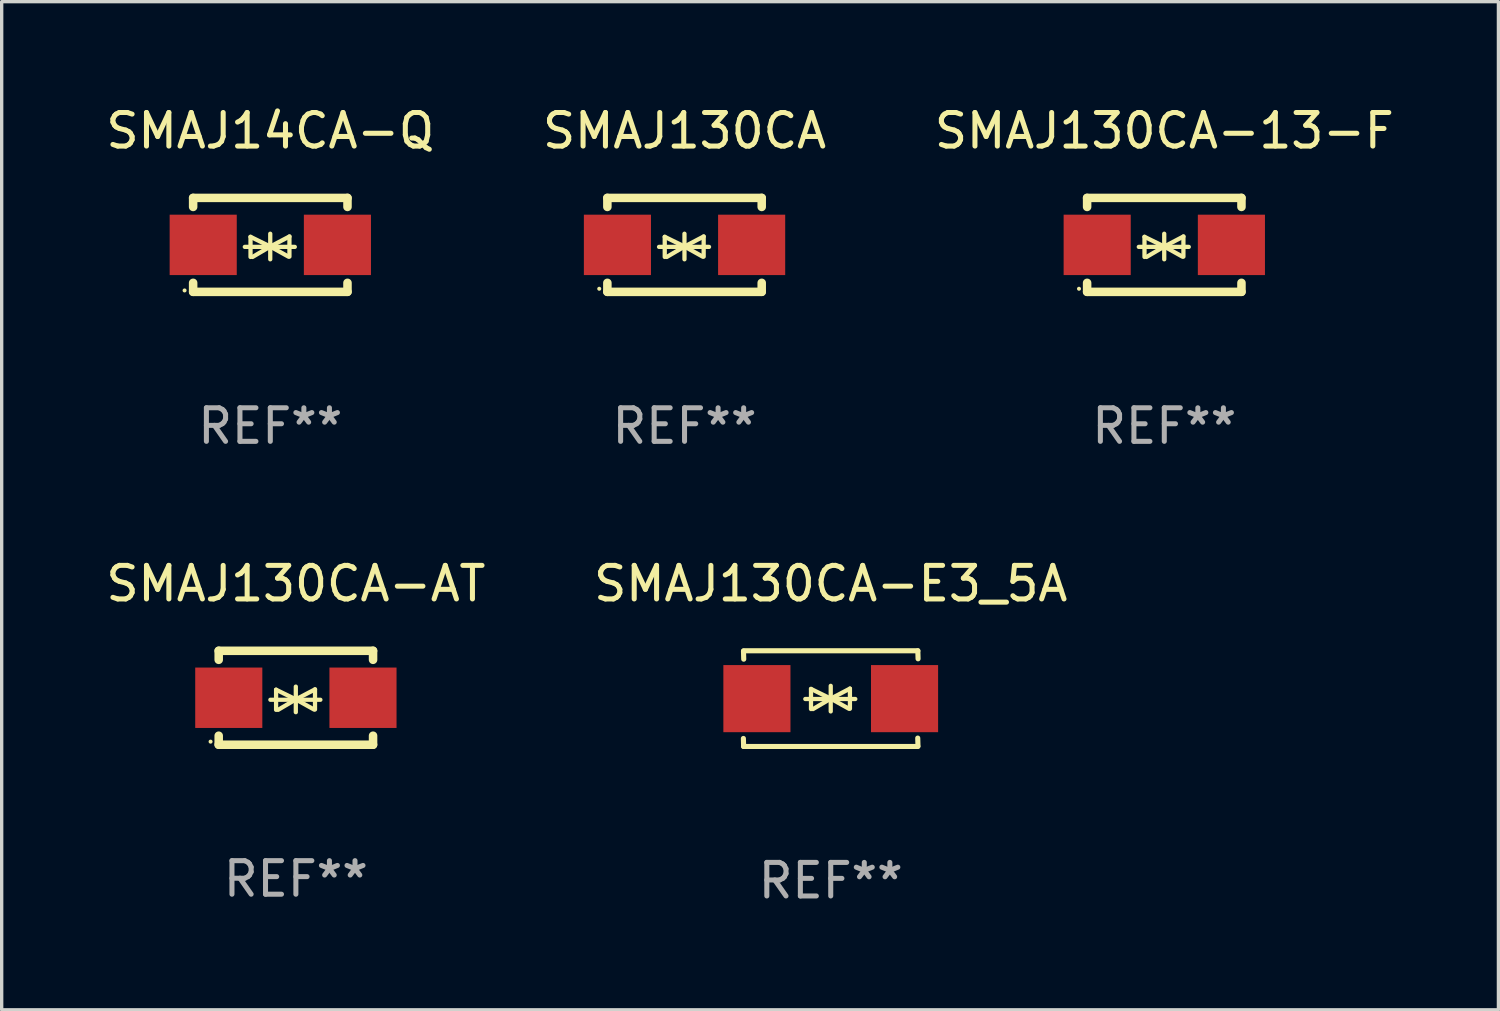
<source format=kicad_pcb>
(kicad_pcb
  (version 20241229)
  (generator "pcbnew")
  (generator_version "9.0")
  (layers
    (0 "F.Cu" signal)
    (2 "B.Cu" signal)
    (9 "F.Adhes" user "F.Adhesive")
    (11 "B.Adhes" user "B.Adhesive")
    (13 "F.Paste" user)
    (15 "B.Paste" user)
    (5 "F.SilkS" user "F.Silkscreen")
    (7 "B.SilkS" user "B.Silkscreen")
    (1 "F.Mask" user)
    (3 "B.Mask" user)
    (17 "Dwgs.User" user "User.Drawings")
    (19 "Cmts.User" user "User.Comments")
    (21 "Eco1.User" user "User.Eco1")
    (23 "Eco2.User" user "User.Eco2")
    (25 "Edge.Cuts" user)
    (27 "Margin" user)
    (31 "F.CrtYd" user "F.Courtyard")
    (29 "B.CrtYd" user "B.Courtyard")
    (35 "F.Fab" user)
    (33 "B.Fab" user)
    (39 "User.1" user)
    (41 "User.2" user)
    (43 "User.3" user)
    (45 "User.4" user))
  (footprint "SMAJ130CA-E3_5A"
    (layer "F.Cu")
    (at 21.708 17.771)
    (property "Reference" "SMAJ130CA-E3_5A" (at 0 -3.426 0) (layer "F.SilkS") (effects (font (size 1 1) (thickness 0.15))))
    (attr through_hole)
    (fp_line (start -2.596 -1.426) (end 2.596 -1.426) (stroke (width 0.152) (type solid)) (layer "F.SilkS"))
    (fp_line (start -2.596 1.426) (end -2.603 1.187) (stroke (width 0.152) (type solid)) (layer "F.SilkS"))
    (fp_line (start -2.596 1.426) (end 2.596 1.426) (stroke (width 0.152) (type solid)) (layer "F.SilkS"))
    (fp_line (start -2.593 -1.176) (end -2.6 -1.415) (stroke (width 0.152) (type solid)) (layer "F.SilkS"))
    (fp_line (start -0.758 0.011) (end 0.732 0.011) (stroke (width 0.127) (type solid)) (layer "F.SilkS"))
    (fp_line (start -0.588 -0.289) (end -0.588 0.311) (stroke (width 0.127) (type solid)) (layer "F.SilkS"))
    (fp_line (start -0.588 -0.289) (end 0 0) (stroke (width 0.127) (type solid)) (layer "F.SilkS"))
    (fp_line (start -0.528 0.311) (end 0 0) (stroke (width 0.127) (type solid)) (layer "F.SilkS"))
    (fp_line (start 0 0) (end 0 -0.381) (stroke (width 0.127) (type solid)) (layer "F.SilkS"))
    (fp_line (start 0 0) (end 0 0.381) (stroke (width 0.127) (type solid)) (layer "F.SilkS"))
    (fp_line (start 0.542 0.301) (end 0 0) (stroke (width 0.127) (type solid)) (layer "F.SilkS"))
    (fp_line (start 0.572 -0.299) (end 0 0) (stroke (width 0.127) (type solid)) (layer "F.SilkS"))
    (fp_line (start 0.572 -0.299) (end 0.572 0.301) (stroke (width 0.127) (type solid)) (layer "F.SilkS"))
    (fp_line (start 2.593 1.176) (end 2.6 1.415) (stroke (width 0.152) (type solid)) (layer "F.SilkS"))
    (fp_line (start 2.596 -1.426) (end 2.603 -1.187) (stroke (width 0.152) (type solid)) (layer "F.SilkS"))
    (fp_circle (center -2.605 1.3) (end -2.575 1.3) (stroke (width 0.06) (type solid)) (fill no) (layer "F.SilkS"))
    (fp_text user "REF**" (at 0 5.426 0) (layer "F.Fab") (effects (font (size 1 1) (thickness 0.15))))
    (pad "1" smd rect (at -2.2 0 180) (size 2 2) (layers "F.Cu" "F.Mask" "F.Paste"))
    (pad "2" smd rect (at 2.2 0 180) (size 2 2) (layers "F.Cu" "F.Mask" "F.Paste")))
  (footprint "SMAJ130CA-13-F"
    (layer "F.Cu")
    (at 31.649 4.248)
    (property "Reference" "SMAJ130CA-13-F" (at 0 -3.4 0) (layer "F.SilkS") (effects (font (size 1 1) (thickness 0.15))))
    (attr through_hole)
    (fp_line (start -2.3 -1.4) (end -2.3 -1.131) (stroke (width 0.254) (type solid)) (layer "F.SilkS"))
    (fp_line (start -2.3 -1.4) (end 2.3 -1.4) (stroke (width 0.254) (type solid)) (layer "F.SilkS"))
    (fp_line (start -2.3 1.131) (end -2.3 1.4) (stroke (width 0.254) (type solid)) (layer "F.SilkS"))
    (fp_line (start -2.3 1.4) (end 2.3 1.4) (stroke (width 0.254) (type solid)) (layer "F.SilkS"))
    (fp_line (start -0.76 0.06) (end 0.73 0.06) (stroke (width 0.127) (type solid)) (layer "F.SilkS"))
    (fp_line (start -0.59 -0.24) (end -0.59 0.36) (stroke (width 0.127) (type solid)) (layer "F.SilkS"))
    (fp_line (start -0.59 -0.24) (end -0.002 0.049) (stroke (width 0.127) (type solid)) (layer "F.SilkS"))
    (fp_line (start -0.53 0.36) (end -0.002 0.049) (stroke (width 0.127) (type solid)) (layer "F.SilkS"))
    (fp_line (start -0.002 0.049) (end -0.002 -0.332) (stroke (width 0.127) (type solid)) (layer "F.SilkS"))
    (fp_line (start -0.002 0.049) (end -0.002 0.43) (stroke (width 0.127) (type solid)) (layer "F.SilkS"))
    (fp_line (start 0.54 0.35) (end -0.002 0.049) (stroke (width 0.127) (type solid)) (layer "F.SilkS"))
    (fp_line (start 0.57 -0.25) (end -0.002 0.049) (stroke (width 0.127) (type solid)) (layer "F.SilkS"))
    (fp_line (start 0.57 -0.25) (end 0.57 0.35) (stroke (width 0.127) (type solid)) (layer "F.SilkS"))
    (fp_line (start 2.3 -1.4) (end 2.3 -1.131) (stroke (width 0.254) (type solid)) (layer "F.SilkS"))
    (fp_line (start 2.3 1.131) (end 2.3 1.4) (stroke (width 0.254) (type solid)) (layer "F.SilkS"))
    (fp_circle (center -2.542 1.308) (end -2.512 1.308) (stroke (width 0.06) (type solid)) (fill no) (layer "F.SilkS"))
    (fp_text user "REF**" (at 0 5.4 0) (layer "F.Fab") (effects (font (size 1 1) (thickness 0.15))))
    (pad "1" smd rect (at -2 0) (size 2 1.8) (layers "F.Cu" "F.Mask" "F.Paste"))
    (pad "2" smd rect (at 2 0) (size 2 1.8) (layers "F.Cu" "F.Mask" "F.Paste")))
  (footprint "SMAJ14CA-Q"
    (layer "F.Cu")
    (at 5.006 4.248)
    (property "Reference" "SMAJ14CA-Q" (at 0 -3.4 0) (layer "F.SilkS") (effects (font (size 1 1) (thickness 0.15))))
    (attr through_hole)
    (fp_line (start -2.3 -1.4) (end -2.3 -1.131) (stroke (width 0.254) (type solid)) (layer "F.SilkS"))
    (fp_line (start -2.3 -1.4) (end 2.3 -1.4) (stroke (width 0.254) (type solid)) (layer "F.SilkS"))
    (fp_line (start -2.3 1.131) (end -2.3 1.4) (stroke (width 0.254) (type solid)) (layer "F.SilkS"))
    (fp_line (start -2.3 1.4) (end 2.3 1.4) (stroke (width 0.254) (type solid)) (layer "F.SilkS"))
    (fp_line (start -0.76 0.06) (end 0.73 0.06) (stroke (width 0.127) (type solid)) (layer "F.SilkS"))
    (fp_line (start -0.59 -0.24) (end -0.59 0.36) (stroke (width 0.127) (type solid)) (layer "F.SilkS"))
    (fp_line (start -0.59 -0.24) (end -0.002 0.049) (stroke (width 0.127) (type solid)) (layer "F.SilkS"))
    (fp_line (start -0.53 0.36) (end -0.002 0.049) (stroke (width 0.127) (type solid)) (layer "F.SilkS"))
    (fp_line (start -0.002 0.049) (end -0.002 -0.332) (stroke (width 0.127) (type solid)) (layer "F.SilkS"))
    (fp_line (start -0.002 0.049) (end -0.002 0.43) (stroke (width 0.127) (type solid)) (layer "F.SilkS"))
    (fp_line (start 0.54 0.35) (end -0.002 0.049) (stroke (width 0.127) (type solid)) (layer "F.SilkS"))
    (fp_line (start 0.57 -0.25) (end -0.002 0.049) (stroke (width 0.127) (type solid)) (layer "F.SilkS"))
    (fp_line (start 0.57 -0.25) (end 0.57 0.35) (stroke (width 0.127) (type solid)) (layer "F.SilkS"))
    (fp_line (start 2.3 -1.4) (end 2.3 -1.131) (stroke (width 0.254) (type solid)) (layer "F.SilkS"))
    (fp_line (start 2.3 1.131) (end 2.3 1.4) (stroke (width 0.254) (type solid)) (layer "F.SilkS"))
    (fp_circle (center -2.555 1.358) (end -2.525 1.358) (stroke (width 0.06) (type solid)) (fill no) (layer "F.SilkS"))
    (fp_text user "REF**" (at 0 5.4 0) (layer "F.Fab") (effects (font (size 1 1) (thickness 0.15))))
    (pad "1" smd rect (at -2 -0.000025) (size 2 1.8) (layers "F.Cu" "F.Mask" "F.Paste"))
    (pad "2" smd rect (at 2 -0.000025) (size 2 1.8) (layers "F.Cu" "F.Mask" "F.Paste")))
  (footprint "SMAJ130CA-AT"
    (layer "F.Cu")
    (at 5.768 17.745)
    (property "Reference" "SMAJ130CA-AT" (at 0 -3.4 0) (layer "F.SilkS") (effects (font (size 1 1) (thickness 0.15))))
    (attr through_hole)
    (fp_line (start -2.3 -1.4) (end -2.3 -1.131) (stroke (width 0.254) (type solid)) (layer "F.SilkS"))
    (fp_line (start -2.3 -1.4) (end 2.3 -1.4) (stroke (width 0.254) (type solid)) (layer "F.SilkS"))
    (fp_line (start -2.3 1.131) (end -2.3 1.4) (stroke (width 0.254) (type solid)) (layer "F.SilkS"))
    (fp_line (start -2.3 1.4) (end 2.3 1.4) (stroke (width 0.254) (type solid)) (layer "F.SilkS"))
    (fp_line (start -0.76 0.06) (end 0.73 0.06) (stroke (width 0.127) (type solid)) (layer "F.SilkS"))
    (fp_line (start -0.59 -0.24) (end -0.59 0.36) (stroke (width 0.127) (type solid)) (layer "F.SilkS"))
    (fp_line (start -0.59 -0.24) (end -0.002 0.049) (stroke (width 0.127) (type solid)) (layer "F.SilkS"))
    (fp_line (start -0.53 0.36) (end -0.002 0.049) (stroke (width 0.127) (type solid)) (layer "F.SilkS"))
    (fp_line (start -0.002 0.049) (end -0.002 -0.332) (stroke (width 0.127) (type solid)) (layer "F.SilkS"))
    (fp_line (start -0.002 0.049) (end -0.002 0.43) (stroke (width 0.127) (type solid)) (layer "F.SilkS"))
    (fp_line (start 0.54 0.35) (end -0.002 0.049) (stroke (width 0.127) (type solid)) (layer "F.SilkS"))
    (fp_line (start 0.57 -0.25) (end -0.002 0.049) (stroke (width 0.127) (type solid)) (layer "F.SilkS"))
    (fp_line (start 0.57 -0.25) (end 0.57 0.35) (stroke (width 0.127) (type solid)) (layer "F.SilkS"))
    (fp_line (start 2.3 -1.4) (end 2.3 -1.131) (stroke (width 0.254) (type solid)) (layer "F.SilkS"))
    (fp_line (start 2.3 1.131) (end 2.3 1.4) (stroke (width 0.254) (type solid)) (layer "F.SilkS"))
    (fp_circle (center -2.542 1.308) (end -2.512 1.308) (stroke (width 0.06) (type solid)) (fill no) (layer "F.SilkS"))
    (fp_text user "REF**" (at 0 5.4 0) (layer "F.Fab") (effects (font (size 1 1) (thickness 0.15))))
    (pad "1" smd rect (at -2 0) (size 2 1.8) (layers "F.Cu" "F.Mask" "F.Paste"))
    (pad "2" smd rect (at 2 0) (size 2 1.8) (layers "F.Cu" "F.Mask" "F.Paste")))
  (footprint "SMAJ130CA"
    (layer "F.Cu")
    (at 17.351 4.248)
    (property "Reference" "SMAJ130CA" (at 0 -3.4 0) (layer "F.SilkS") (effects (font (size 1 1) (thickness 0.15))))
    (attr through_hole)
    (fp_line (start -2.3 -1.4) (end -2.3 -1.131) (stroke (width 0.254) (type solid)) (layer "F.SilkS"))
    (fp_line (start -2.3 -1.4) (end 2.3 -1.4) (stroke (width 0.254) (type solid)) (layer "F.SilkS"))
    (fp_line (start -2.3 1.131) (end -2.3 1.4) (stroke (width 0.254) (type solid)) (layer "F.SilkS"))
    (fp_line (start -2.3 1.4) (end 2.3 1.4) (stroke (width 0.254) (type solid)) (layer "F.SilkS"))
    (fp_line (start -0.76 0.06) (end 0.73 0.06) (stroke (width 0.127) (type solid)) (layer "F.SilkS"))
    (fp_line (start -0.59 -0.24) (end -0.59 0.36) (stroke (width 0.127) (type solid)) (layer "F.SilkS"))
    (fp_line (start -0.59 -0.24) (end -0.002 0.049) (stroke (width 0.127) (type solid)) (layer "F.SilkS"))
    (fp_line (start -0.53 0.36) (end -0.002 0.049) (stroke (width 0.127) (type solid)) (layer "F.SilkS"))
    (fp_line (start -0.002 0.049) (end -0.002 -0.332) (stroke (width 0.127) (type solid)) (layer "F.SilkS"))
    (fp_line (start -0.002 0.049) (end -0.002 0.43) (stroke (width 0.127) (type solid)) (layer "F.SilkS"))
    (fp_line (start 0.54 0.35) (end -0.002 0.049) (stroke (width 0.127) (type solid)) (layer "F.SilkS"))
    (fp_line (start 0.57 -0.25) (end -0.002 0.049) (stroke (width 0.127) (type solid)) (layer "F.SilkS"))
    (fp_line (start 0.57 -0.25) (end 0.57 0.35) (stroke (width 0.127) (type solid)) (layer "F.SilkS"))
    (fp_line (start 2.3 -1.4) (end 2.3 -1.131) (stroke (width 0.254) (type solid)) (layer "F.SilkS"))
    (fp_line (start 2.3 1.131) (end 2.3 1.4) (stroke (width 0.254) (type solid)) (layer "F.SilkS"))
    (fp_circle (center -2.542 1.308) (end -2.512 1.308) (stroke (width 0.06) (type solid)) (fill no) (layer "F.SilkS"))
    (fp_text user "REF**" (at 0 5.4 0) (layer "F.Fab") (effects (font (size 1 1) (thickness 0.15))))
    (pad "1" smd rect (at -2 0) (size 2 1.8) (layers "F.Cu" "F.Mask" "F.Paste"))
    (pad "2" smd rect (at 2 0) (size 2 1.8) (layers "F.Cu" "F.Mask" "F.Paste")))
  (gr_rect
    (start -3 -3)
    (end 41.607 27.045)
    (stroke (width 0.1) (type default))
    (fill no)
    (layer "Edge.Cuts")))
</source>
